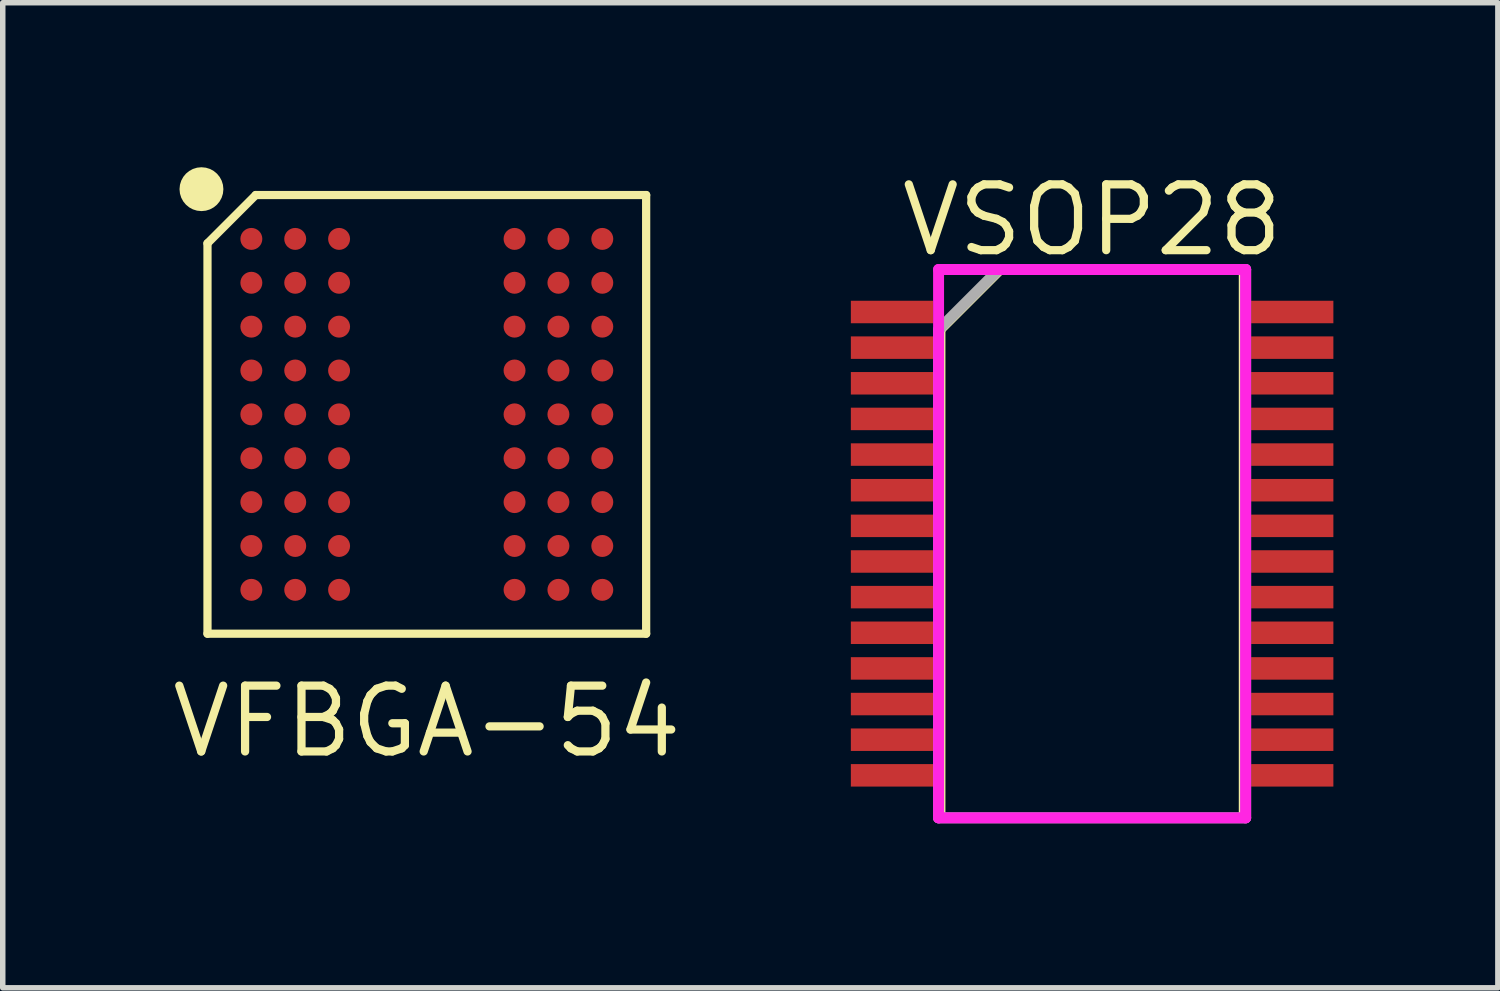
<source format=kicad_pcb>
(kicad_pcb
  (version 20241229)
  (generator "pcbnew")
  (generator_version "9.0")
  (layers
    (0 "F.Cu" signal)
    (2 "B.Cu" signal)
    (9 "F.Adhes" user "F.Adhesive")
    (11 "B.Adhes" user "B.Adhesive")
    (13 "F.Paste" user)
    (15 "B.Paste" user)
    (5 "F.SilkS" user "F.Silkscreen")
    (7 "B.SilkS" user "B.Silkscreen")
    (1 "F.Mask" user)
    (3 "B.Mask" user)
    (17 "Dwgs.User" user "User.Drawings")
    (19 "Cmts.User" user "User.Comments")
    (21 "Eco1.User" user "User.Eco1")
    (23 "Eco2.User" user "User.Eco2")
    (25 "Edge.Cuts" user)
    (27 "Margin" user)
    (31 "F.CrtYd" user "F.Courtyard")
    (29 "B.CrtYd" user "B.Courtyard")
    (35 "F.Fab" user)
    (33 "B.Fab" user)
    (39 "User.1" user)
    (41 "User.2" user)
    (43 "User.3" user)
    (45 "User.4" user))
  (footprint "VSOP28"
    (layer "F.Cu")
    (at 16.867 6.865)
    (property "Reference" "VSOP28" (at 0 -5.9 0) (layer "F.SilkS") (effects (font (size 1.2 1.2) (thickness 0.15))))
    (attr smd)
    (fp_line (start -2.75 -3.9) (end -2.75 5) (stroke (width 0.15) (type solid)) (layer "F.SilkS"))
    (fp_line (start -2.75 5) (end 2.75 5) (stroke (width 0.15) (type solid)) (layer "F.SilkS"))
    (fp_line (start -1.65 -5) (end -2.75 -3.9) (stroke (width 0.15) (type solid)) (layer "F.SilkS"))
    (fp_line (start 2.75 -5) (end -1.65 -5) (stroke (width 0.15) (type solid)) (layer "F.SilkS"))
    (fp_line (start 2.75 5) (end 2.75 -5) (stroke (width 0.15) (type solid)) (layer "F.SilkS"))
    (fp_line (start -2.8 -5) (end 2.8 -5) (stroke (width 0.2) (type solid)) (layer "F.CrtYd"))
    (fp_line (start -2.8 5) (end -2.8 -5) (stroke (width 0.2) (type solid)) (layer "F.CrtYd"))
    (fp_line (start 2.8 -5) (end 2.8 5) (stroke (width 0.2) (type solid)) (layer "F.CrtYd"))
    (fp_line (start 2.8 5) (end -2.8 5) (stroke (width 0.2) (type solid)) (layer "F.CrtYd"))
    (fp_line (start -2.8 -3.9) (end -1.7 -5) (stroke (width 0.2) (type solid)) (layer "F.Fab"))
    (fp_line (start -2.8 5) (end -2.8 -3.9) (stroke (width 0.2) (type solid)) (layer "F.Fab"))
    (fp_line (start -1.7 -5) (end 2.8 -5) (stroke (width 0.2) (type solid)) (layer "F.Fab"))
    (fp_line (start 2.8 -5) (end 2.8 5) (stroke (width 0.2) (type solid)) (layer "F.Fab"))
    (fp_line (start 2.8 5) (end -2.8 5) (stroke (width 0.2) (type solid)) (layer "F.Fab"))
    (pad "1" smd rect (at -3.4 -4.225) (size 1.5 0.41) (drill (offset -0.25 0)) (layers "F.Cu" "F.Mask" "F.Paste"))
    (pad "2" smd rect (at -3.4 -3.575) (size 1.5 0.41) (drill (offset -0.25 0)) (layers "F.Cu" "F.Mask" "F.Paste"))
    (pad "3" smd rect (at -3.4 -2.925) (size 1.5 0.41) (drill (offset -0.25 0)) (layers "F.Cu" "F.Mask" "F.Paste"))
    (pad "4" smd rect (at -3.4 -2.275) (size 1.5 0.41) (drill (offset -0.25 0)) (layers "F.Cu" "F.Mask" "F.Paste"))
    (pad "5" smd rect (at -3.4 -1.625) (size 1.5 0.41) (drill (offset -0.25 0)) (layers "F.Cu" "F.Mask" "F.Paste"))
    (pad "6" smd rect (at -3.4 -0.975) (size 1.5 0.41) (drill (offset -0.25 0)) (layers "F.Cu" "F.Mask" "F.Paste"))
    (pad "7" smd rect (at -3.4 -0.325) (size 1.5 0.41) (drill (offset -0.25 0)) (layers "F.Cu" "F.Mask" "F.Paste"))
    (pad "8" smd rect (at -3.4 0.325) (size 1.5 0.41) (drill (offset -0.25 0)) (layers "F.Cu" "F.Mask" "F.Paste"))
    (pad "9" smd rect (at -3.4 0.975) (size 1.5 0.41) (drill (offset -0.25 0)) (layers "F.Cu" "F.Mask" "F.Paste"))
    (pad "10" smd rect (at -3.4 1.625) (size 1.5 0.41) (drill (offset -0.25 0)) (layers "F.Cu" "F.Mask" "F.Paste"))
    (pad "11" smd rect (at -3.4 2.275) (size 1.5 0.41) (drill (offset -0.25 0)) (layers "F.Cu" "F.Mask" "F.Paste"))
    (pad "12" smd rect (at -3.4 2.925) (size 1.5 0.41) (drill (offset -0.25 0)) (layers "F.Cu" "F.Mask" "F.Paste"))
    (pad "13" smd rect (at -3.4 3.575) (size 1.5 0.41) (drill (offset -0.25 0)) (layers "F.Cu" "F.Mask" "F.Paste"))
    (pad "14" smd rect (at -3.4 4.225) (size 1.5 0.41) (drill (offset -0.25 0)) (layers "F.Cu" "F.Mask" "F.Paste"))
    (pad "15" smd rect (at 3.4 4.225) (size 1.5 0.41) (drill (offset 0.25 0)) (layers "F.Cu" "F.Mask" "F.Paste"))
    (pad "16" smd rect (at 3.4 3.575) (size 1.5 0.41) (drill (offset 0.25 0)) (layers "F.Cu" "F.Mask" "F.Paste"))
    (pad "17" smd rect (at 3.4 2.925) (size 1.5 0.41) (drill (offset 0.25 0)) (layers "F.Cu" "F.Mask" "F.Paste"))
    (pad "18" smd rect (at 3.4 2.275) (size 1.5 0.41) (drill (offset 0.25 0)) (layers "F.Cu" "F.Mask" "F.Paste"))
    (pad "19" smd rect (at 3.4 1.625) (size 1.5 0.41) (drill (offset 0.25 0)) (layers "F.Cu" "F.Mask" "F.Paste"))
    (pad "20" smd rect (at 3.4 0.975) (size 1.5 0.41) (drill (offset 0.25 0)) (layers "F.Cu" "F.Mask" "F.Paste"))
    (pad "21" smd rect (at 3.4 0.325) (size 1.5 0.41) (drill (offset 0.25 0)) (layers "F.Cu" "F.Mask" "F.Paste"))
    (pad "22" smd rect (at 3.4 -0.325) (size 1.5 0.41) (drill (offset 0.25 0)) (layers "F.Cu" "F.Mask" "F.Paste"))
    (pad "23" smd rect (at 3.4 -0.975) (size 1.5 0.41) (drill (offset 0.25 0)) (layers "F.Cu" "F.Mask" "F.Paste"))
    (pad "24" smd rect (at 3.4 -1.625) (size 1.5 0.41) (drill (offset 0.25 0)) (layers "F.Cu" "F.Mask" "F.Paste"))
    (pad "25" smd rect (at 3.4 -2.275) (size 1.5 0.41) (drill (offset 0.25 0)) (layers "F.Cu" "F.Mask" "F.Paste"))
    (pad "26" smd rect (at 3.4 -2.925) (size 1.5 0.41) (drill (offset 0.25 0)) (layers "F.Cu" "F.Mask" "F.Paste"))
    (pad "27" smd rect (at 3.4 -3.575) (size 1.5 0.41) (drill (offset 0.25 0)) (layers "F.Cu" "F.Mask" "F.Paste"))
    (pad "28" smd rect (at 3.4 -4.225) (size 1.5 0.41) (drill (offset 0.25 0)) (layers "F.Cu" "F.Mask" "F.Paste")))
  (footprint "VFBGA-54"
    (layer "F.Cu")
    (at 4.734 4.507)
    (property "Reference" "VFBGA-54" (at 0 5.6 0) (layer "F.SilkS") (effects (font (size 1.2 1.2) (thickness 0.15))))
    (attr through_hole)
    (fp_line (start -4 -3.12) (end -4 4) (stroke (width 0.15) (type solid)) (layer "F.SilkS"))
    (fp_line (start -4 4) (end 4 4) (stroke (width 0.15) (type solid)) (layer "F.SilkS"))
    (fp_line (start -3.12 -4) (end -4 -3.12) (stroke (width 0.15) (type solid)) (layer "F.SilkS"))
    (fp_line (start 4 -4) (end -3.12 -4) (stroke (width 0.15) (type solid)) (layer "F.SilkS"))
    (fp_line (start 4 4) (end 4 -4) (stroke (width 0.15) (type solid)) (layer "F.SilkS"))
    (fp_circle (center -4.11 -4.107) (end -4.11 -3.907) (stroke (width 0.4) (type solid)) (fill no) (layer "F.SilkS"))
    (pad "A1" smd circle (at -3.2 -3.2) (size 0.4 0.4) (layers "F.Cu" "F.Mask" "F.Paste"))
    (pad "A2" smd circle (at -2.4 -3.2) (size 0.4 0.4) (layers "F.Cu" "F.Mask" "F.Paste"))
    (pad "A3" smd circle (at -1.6 -3.2) (size 0.4 0.4) (layers "F.Cu" "F.Mask" "F.Paste"))
    (pad "A7" smd circle (at 1.6 -3.2) (size 0.4 0.4) (layers "F.Cu" "F.Mask" "F.Paste"))
    (pad "A8" smd circle (at 2.4 -3.2) (size 0.4 0.4) (layers "F.Cu" "F.Mask" "F.Paste"))
    (pad "A9" smd circle (at 3.2 -3.2) (size 0.4 0.4) (layers "F.Cu" "F.Mask" "F.Paste"))
    (pad "B1" smd circle (at -3.2 -2.4) (size 0.4 0.4) (layers "F.Cu" "F.Mask" "F.Paste"))
    (pad "B2" smd circle (at -2.4 -2.4) (size 0.4 0.4) (layers "F.Cu" "F.Mask" "F.Paste"))
    (pad "B3" smd circle (at -1.6 -2.4) (size 0.4 0.4) (layers "F.Cu" "F.Mask" "F.Paste"))
    (pad "B7" smd circle (at 1.6 -2.4) (size 0.4 0.4) (layers "F.Cu" "F.Mask" "F.Paste"))
    (pad "B8" smd circle (at 2.4 -2.4) (size 0.4 0.4) (layers "F.Cu" "F.Mask" "F.Paste"))
    (pad "B9" smd circle (at 3.2 -2.4) (size 0.4 0.4) (layers "F.Cu" "F.Mask" "F.Paste"))
    (pad "C1" smd circle (at -3.2 -1.6) (size 0.4 0.4) (layers "F.Cu" "F.Mask" "F.Paste"))
    (pad "C2" smd circle (at -2.4 -1.6) (size 0.4 0.4) (layers "F.Cu" "F.Mask" "F.Paste"))
    (pad "C3" smd circle (at -1.6 -1.6) (size 0.4 0.4) (layers "F.Cu" "F.Mask" "F.Paste"))
    (pad "C7" smd circle (at 1.6 -1.6) (size 0.4 0.4) (layers "F.Cu" "F.Mask" "F.Paste"))
    (pad "C8" smd circle (at 2.4 -1.6) (size 0.4 0.4) (layers "F.Cu" "F.Mask" "F.Paste"))
    (pad "C9" smd circle (at 3.2 -1.6) (size 0.4 0.4) (layers "F.Cu" "F.Mask" "F.Paste"))
    (pad "D1" smd circle (at -3.2 -0.8) (size 0.4 0.4) (layers "F.Cu" "F.Mask" "F.Paste"))
    (pad "D2" smd circle (at -2.4 -0.8) (size 0.4 0.4) (layers "F.Cu" "F.Mask" "F.Paste"))
    (pad "D3" smd circle (at -1.6 -0.8) (size 0.4 0.4) (layers "F.Cu" "F.Mask" "F.Paste"))
    (pad "D7" smd circle (at 1.6 -0.8) (size 0.4 0.4) (layers "F.Cu" "F.Mask" "F.Paste"))
    (pad "D8" smd circle (at 2.4 -0.8) (size 0.4 0.4) (layers "F.Cu" "F.Mask" "F.Paste"))
    (pad "D9" smd circle (at 3.2 -0.8) (size 0.4 0.4) (layers "F.Cu" "F.Mask" "F.Paste"))
    (pad "E1" smd circle (at -3.2 0) (size 0.4 0.4) (layers "F.Cu" "F.Mask" "F.Paste"))
    (pad "E2" smd circle (at -2.4 0) (size 0.4 0.4) (layers "F.Cu" "F.Mask" "F.Paste"))
    (pad "E3" smd circle (at -1.6 0) (size 0.4 0.4) (layers "F.Cu" "F.Mask" "F.Paste"))
    (pad "E7" smd circle (at 1.6 0) (size 0.4 0.4) (layers "F.Cu" "F.Mask" "F.Paste"))
    (pad "E8" smd circle (at 2.4 0) (size 0.4 0.4) (layers "F.Cu" "F.Mask" "F.Paste"))
    (pad "E9" smd circle (at 3.2 0) (size 0.4 0.4) (layers "F.Cu" "F.Mask" "F.Paste"))
    (pad "F1" smd circle (at -3.2 0.8) (size 0.4 0.4) (layers "F.Cu" "F.Mask" "F.Paste"))
    (pad "F2" smd circle (at -2.4 0.8) (size 0.4 0.4) (layers "F.Cu" "F.Mask" "F.Paste"))
    (pad "F3" smd circle (at -1.6 0.8) (size 0.4 0.4) (layers "F.Cu" "F.Mask" "F.Paste"))
    (pad "F7" smd circle (at 1.6 0.8) (size 0.4 0.4) (layers "F.Cu" "F.Mask" "F.Paste"))
    (pad "F8" smd circle (at 2.4 0.8) (size 0.4 0.4) (layers "F.Cu" "F.Mask" "F.Paste"))
    (pad "F9" smd circle (at 3.2 0.8) (size 0.4 0.4) (layers "F.Cu" "F.Mask" "F.Paste"))
    (pad "G1" smd circle (at -3.2 1.6) (size 0.4 0.4) (layers "F.Cu" "F.Mask" "F.Paste"))
    (pad "G2" smd circle (at -2.4 1.6) (size 0.4 0.4) (layers "F.Cu" "F.Mask" "F.Paste"))
    (pad "G3" smd circle (at -1.6 1.6) (size 0.4 0.4) (layers "F.Cu" "F.Mask" "F.Paste"))
    (pad "G7" smd circle (at 1.6 1.6) (size 0.4 0.4) (layers "F.Cu" "F.Mask" "F.Paste"))
    (pad "G8" smd circle (at 2.4 1.6) (size 0.4 0.4) (layers "F.Cu" "F.Mask" "F.Paste"))
    (pad "G9" smd circle (at 3.2 1.6) (size 0.4 0.4) (layers "F.Cu" "F.Mask" "F.Paste"))
    (pad "H1" smd circle (at -3.2 2.4) (size 0.4 0.4) (layers "F.Cu" "F.Mask" "F.Paste"))
    (pad "H2" smd circle (at -2.4 2.4) (size 0.4 0.4) (layers "F.Cu" "F.Mask" "F.Paste"))
    (pad "H3" smd circle (at -1.6 2.4) (size 0.4 0.4) (layers "F.Cu" "F.Mask" "F.Paste"))
    (pad "H7" smd circle (at 1.6 2.4) (size 0.4 0.4) (layers "F.Cu" "F.Mask" "F.Paste"))
    (pad "H8" smd circle (at 2.4 2.4) (size 0.4 0.4) (layers "F.Cu" "F.Mask" "F.Paste"))
    (pad "H9" smd circle (at 3.2 2.4) (size 0.4 0.4) (layers "F.Cu" "F.Mask" "F.Paste"))
    (pad "J1" smd circle (at -3.2 3.2) (size 0.4 0.4) (layers "F.Cu" "F.Mask" "F.Paste"))
    (pad "J2" smd circle (at -2.4 3.2) (size 0.4 0.4) (layers "F.Cu" "F.Mask" "F.Paste"))
    (pad "J3" smd circle (at -1.6 3.2) (size 0.4 0.4) (layers "F.Cu" "F.Mask" "F.Paste"))
    (pad "J7" smd circle (at 1.6 3.2) (size 0.4 0.4) (layers "F.Cu" "F.Mask" "F.Paste"))
    (pad "J8" smd circle (at 2.4 3.2) (size 0.4 0.4) (layers "F.Cu" "F.Mask" "F.Paste"))
    (pad "J9" smd circle (at 3.2 3.2) (size 0.4 0.4) (layers "F.Cu" "F.Mask" "F.Paste")))
  (gr_rect
    (start -3 -3)
    (end 24.267 14.965)
    (stroke (width 0.1) (type default))
    (fill no)
    (layer "Edge.Cuts")))
</source>
